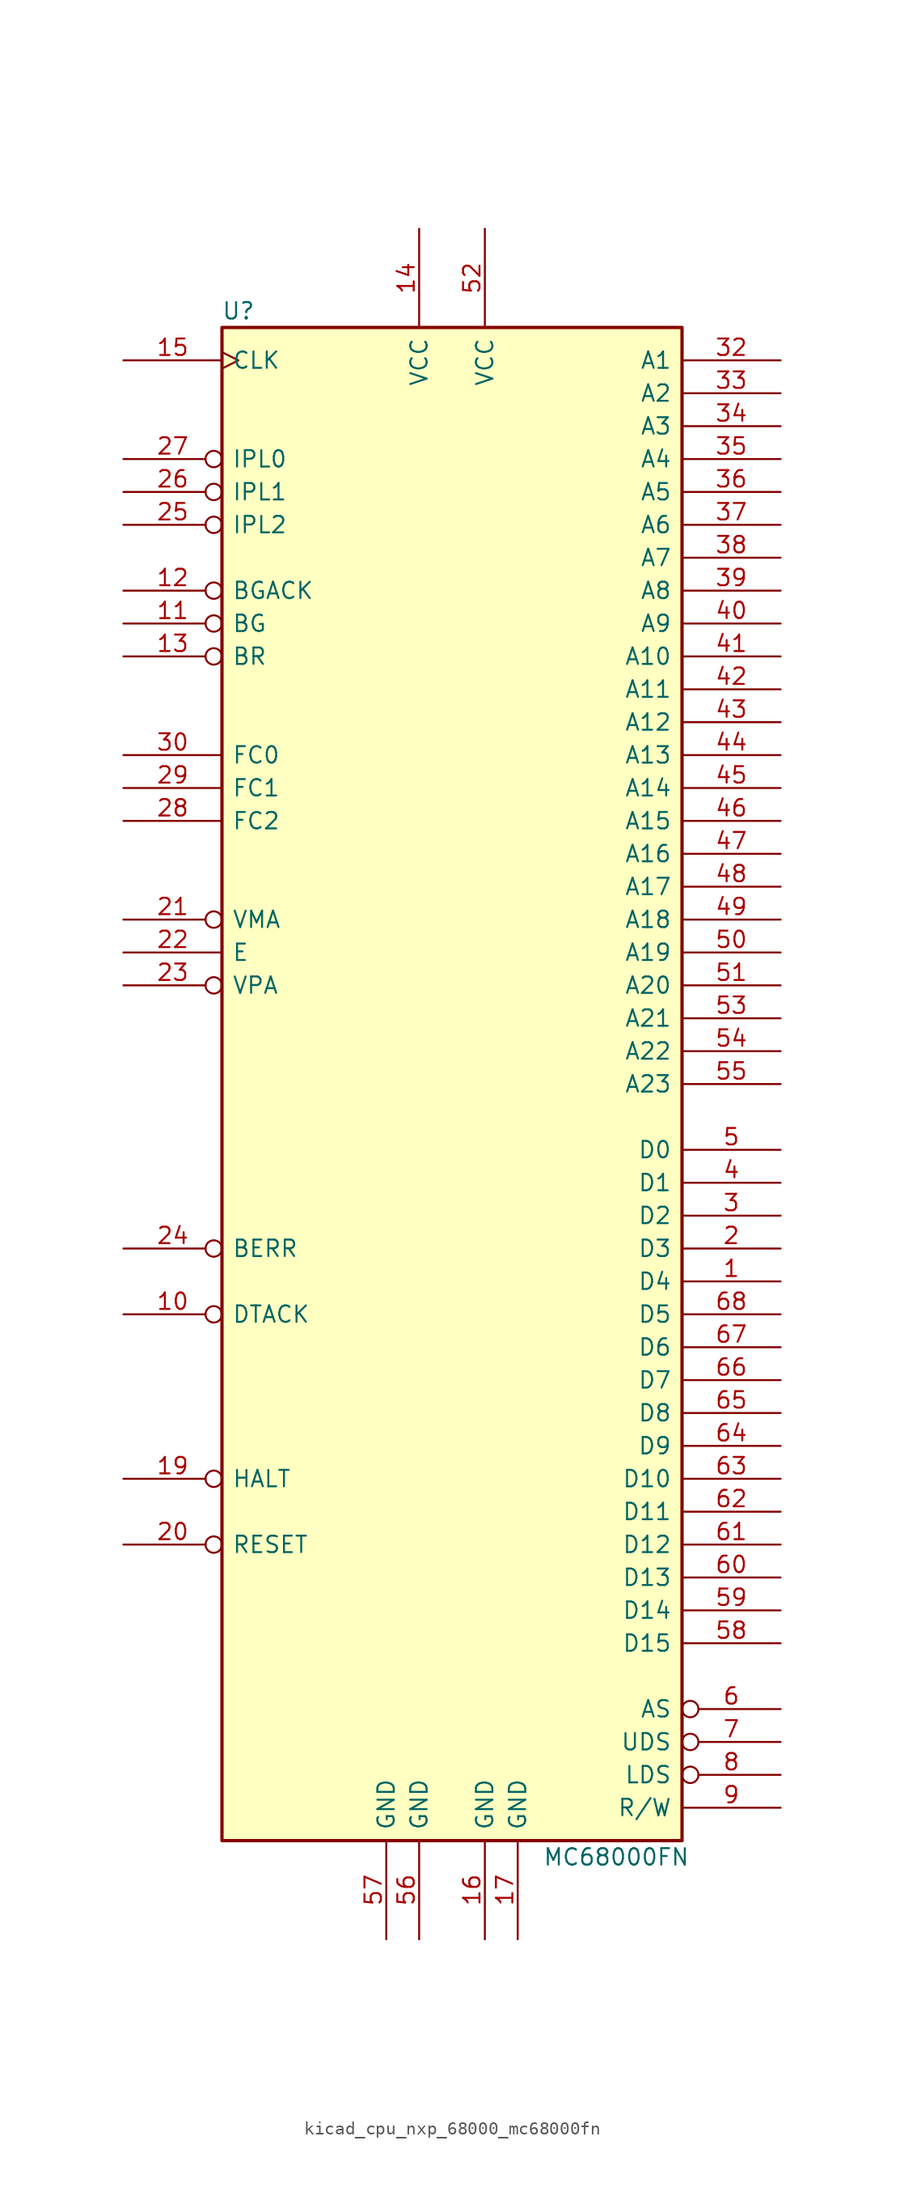
<source format=kicad_sym>
(kicad_symbol_lib
  (version 20220914)
  (generator kicad_symbol_editor)
  (symbol "kicad_cpu_nxp_68000_mc68000fn"
    (pin_names
      (offset 0.762))
    (property "Reference" "U"
      (at -16.51 59.69 0)
      (effects (font (size 1.27 1.27))))
    (property "Value" "MC68000FN"
      (at 12.7 -59.69 0)
      (effects (font (size 1.27 1.27))))
    (symbol "kicad_cpu_nxp_68000_mc68000fn_0_1"
      (rectangle (start -17.78 58.42) (end 17.78 -58.42) (stroke (width 0.254) (type default)) (fill (type background))))
    (symbol "kicad_cpu_nxp_68000_mc68000fn_1_1"
      (pin bidirectional line (at 25.4 -15.24 180) (length 7.62) (name "D4" (effects (font (size 1.27 1.27)))) (number "1" (effects (font (size 1.27 1.27)))))
      (pin input inverted (at -25.4 -17.78 0) (length 7.62) (name "DTACK" (effects (font (size 1.27 1.27)))) (number "10" (effects (font (size 1.27 1.27)))))
      (pin output inverted (at -25.4 35.56 0) (length 7.62) (name "BG" (effects (font (size 1.27 1.27)))) (number "11" (effects (font (size 1.27 1.27)))))
      (pin input inverted (at -25.4 38.1 0) (length 7.62) (name "BGACK" (effects (font (size 1.27 1.27)))) (number "12" (effects (font (size 1.27 1.27)))))
      (pin input inverted (at -25.4 33.02 0) (length 7.62) (name "BR" (effects (font (size 1.27 1.27)))) (number "13" (effects (font (size 1.27 1.27)))))
      (pin power_in line (at -2.54 66.04 270) (length 7.62) (name "VCC" (effects (font (size 1.27 1.27)))) (number "14" (effects (font (size 1.27 1.27)))))
      (pin input clock (at -25.4 55.88 0) (length 7.62) (name "CLK" (effects (font (size 1.27 1.27)))) (number "15" (effects (font (size 1.27 1.27)))))
      (pin power_in line (at 2.54 -66.04 90) (length 7.62) (name "GND" (effects (font (size 1.27 1.27)))) (number "16" (effects (font (size 1.27 1.27)))))
      (pin power_in line (at 5.08 -66.04 90) (length 7.62) (name "GND" (effects (font (size 1.27 1.27)))) (number "17" (effects (font (size 1.27 1.27)))))
      (pin no_connect line (at -17.78 -45.72 0) (length 0) hide (name "NC" (effects (font (size 1.27 1.27)))) (number "18" (effects (font (size 1.27 1.27)))))
      (pin bidirectional inverted (at -25.4 -30.48 0) (length 7.62) (name "HALT" (effects (font (size 1.27 1.27)))) (number "19" (effects (font (size 1.27 1.27)))))
      (pin bidirectional line (at 25.4 -12.7 180) (length 7.62) (name "D3" (effects (font (size 1.27 1.27)))) (number "2" (effects (font (size 1.27 1.27)))))
      (pin input inverted (at -25.4 -35.56 0) (length 7.62) (name "RESET" (effects (font (size 1.27 1.27)))) (number "20" (effects (font (size 1.27 1.27)))))
      (pin output inverted (at -25.4 12.7 0) (length 7.62) (name "VMA" (effects (font (size 1.27 1.27)))) (number "21" (effects (font (size 1.27 1.27)))))
      (pin output line (at -25.4 10.16 0) (length 7.62) (name "E" (effects (font (size 1.27 1.27)))) (number "22" (effects (font (size 1.27 1.27)))))
      (pin input inverted (at -25.4 7.62 0) (length 7.62) (name "VPA" (effects (font (size 1.27 1.27)))) (number "23" (effects (font (size 1.27 1.27)))))
      (pin input inverted (at -25.4 -12.7 0) (length 7.62) (name "BERR" (effects (font (size 1.27 1.27)))) (number "24" (effects (font (size 1.27 1.27)))))
      (pin input inverted (at -25.4 43.18 0) (length 7.62) (name "IPL2" (effects (font (size 1.27 1.27)))) (number "25" (effects (font (size 1.27 1.27)))))
      (pin input inverted (at -25.4 45.72 0) (length 7.62) (name "IPL1" (effects (font (size 1.27 1.27)))) (number "26" (effects (font (size 1.27 1.27)))))
      (pin input inverted (at -25.4 48.26 0) (length 7.62) (name "IPL0" (effects (font (size 1.27 1.27)))) (number "27" (effects (font (size 1.27 1.27)))))
      (pin output line (at -25.4 20.32 0) (length 7.62) (name "FC2" (effects (font (size 1.27 1.27)))) (number "28" (effects (font (size 1.27 1.27)))))
      (pin output line (at -25.4 22.86 0) (length 7.62) (name "FC1" (effects (font (size 1.27 1.27)))) (number "29" (effects (font (size 1.27 1.27)))))
      (pin bidirectional line (at 25.4 -10.16 180) (length 7.62) (name "D2" (effects (font (size 1.27 1.27)))) (number "3" (effects (font (size 1.27 1.27)))))
      (pin output line (at -25.4 25.4 0) (length 7.62) (name "FC0" (effects (font (size 1.27 1.27)))) (number "30" (effects (font (size 1.27 1.27)))))
      (pin no_connect line (at -17.78 -48.26 0) (length 0) hide (name "NC" (effects (font (size 1.27 1.27)))) (number "31" (effects (font (size 1.27 1.27)))))
      (pin output line (at 25.4 55.88 180) (length 7.62) (name "A1" (effects (font (size 1.27 1.27)))) (number "32" (effects (font (size 1.27 1.27)))))
      (pin output line (at 25.4 53.34 180) (length 7.62) (name "A2" (effects (font (size 1.27 1.27)))) (number "33" (effects (font (size 1.27 1.27)))))
      (pin output line (at 25.4 50.8 180) (length 7.62) (name "A3" (effects (font (size 1.27 1.27)))) (number "34" (effects (font (size 1.27 1.27)))))
      (pin output line (at 25.4 48.26 180) (length 7.62) (name "A4" (effects (font (size 1.27 1.27)))) (number "35" (effects (font (size 1.27 1.27)))))
      (pin output line (at 25.4 45.72 180) (length 7.62) (name "A5" (effects (font (size 1.27 1.27)))) (number "36" (effects (font (size 1.27 1.27)))))
      (pin output line (at 25.4 43.18 180) (length 7.62) (name "A6" (effects (font (size 1.27 1.27)))) (number "37" (effects (font (size 1.27 1.27)))))
      (pin output line (at 25.4 40.64 180) (length 7.62) (name "A7" (effects (font (size 1.27 1.27)))) (number "38" (effects (font (size 1.27 1.27)))))
      (pin output line (at 25.4 38.1 180) (length 7.62) (name "A8" (effects (font (size 1.27 1.27)))) (number "39" (effects (font (size 1.27 1.27)))))
      (pin bidirectional line (at 25.4 -7.62 180) (length 7.62) (name "D1" (effects (font (size 1.27 1.27)))) (number "4" (effects (font (size 1.27 1.27)))))
      (pin output line (at 25.4 35.56 180) (length 7.62) (name "A9" (effects (font (size 1.27 1.27)))) (number "40" (effects (font (size 1.27 1.27)))))
      (pin output line (at 25.4 33.02 180) (length 7.62) (name "A10" (effects (font (size 1.27 1.27)))) (number "41" (effects (font (size 1.27 1.27)))))
      (pin output line (at 25.4 30.48 180) (length 7.62) (name "A11" (effects (font (size 1.27 1.27)))) (number "42" (effects (font (size 1.27 1.27)))))
      (pin output line (at 25.4 27.94 180) (length 7.62) (name "A12" (effects (font (size 1.27 1.27)))) (number "43" (effects (font (size 1.27 1.27)))))
      (pin output line (at 25.4 25.4 180) (length 7.62) (name "A13" (effects (font (size 1.27 1.27)))) (number "44" (effects (font (size 1.27 1.27)))))
      (pin output line (at 25.4 22.86 180) (length 7.62) (name "A14" (effects (font (size 1.27 1.27)))) (number "45" (effects (font (size 1.27 1.27)))))
      (pin output line (at 25.4 20.32 180) (length 7.62) (name "A15" (effects (font (size 1.27 1.27)))) (number "46" (effects (font (size 1.27 1.27)))))
      (pin output line (at 25.4 17.78 180) (length 7.62) (name "A16" (effects (font (size 1.27 1.27)))) (number "47" (effects (font (size 1.27 1.27)))))
      (pin output line (at 25.4 15.24 180) (length 7.62) (name "A17" (effects (font (size 1.27 1.27)))) (number "48" (effects (font (size 1.27 1.27)))))
      (pin output line (at 25.4 12.7 180) (length 7.62) (name "A18" (effects (font (size 1.27 1.27)))) (number "49" (effects (font (size 1.27 1.27)))))
      (pin bidirectional line (at 25.4 -5.08 180) (length 7.62) (name "D0" (effects (font (size 1.27 1.27)))) (number "5" (effects (font (size 1.27 1.27)))))
      (pin output line (at 25.4 10.16 180) (length 7.62) (name "A19" (effects (font (size 1.27 1.27)))) (number "50" (effects (font (size 1.27 1.27)))))
      (pin output line (at 25.4 7.62 180) (length 7.62) (name "A20" (effects (font (size 1.27 1.27)))) (number "51" (effects (font (size 1.27 1.27)))))
      (pin power_in line (at 2.54 66.04 270) (length 7.62) (name "VCC" (effects (font (size 1.27 1.27)))) (number "52" (effects (font (size 1.27 1.27)))))
      (pin output line (at 25.4 5.08 180) (length 7.62) (name "A21" (effects (font (size 1.27 1.27)))) (number "53" (effects (font (size 1.27 1.27)))))
      (pin output line (at 25.4 2.54 180) (length 7.62) (name "A22" (effects (font (size 1.27 1.27)))) (number "54" (effects (font (size 1.27 1.27)))))
      (pin output line (at 25.4 0 180) (length 7.62) (name "A23" (effects (font (size 1.27 1.27)))) (number "55" (effects (font (size 1.27 1.27)))))
      (pin power_in line (at -2.54 -66.04 90) (length 7.62) (name "GND" (effects (font (size 1.27 1.27)))) (number "56" (effects (font (size 1.27 1.27)))))
      (pin power_in line (at -5.08 -66.04 90) (length 7.62) (name "GND" (effects (font (size 1.27 1.27)))) (number "57" (effects (font (size 1.27 1.27)))))
      (pin bidirectional line (at 25.4 -43.18 180) (length 7.62) (name "D15" (effects (font (size 1.27 1.27)))) (number "58" (effects (font (size 1.27 1.27)))))
      (pin bidirectional line (at 25.4 -40.64 180) (length 7.62) (name "D14" (effects (font (size 1.27 1.27)))) (number "59" (effects (font (size 1.27 1.27)))))
      (pin output inverted (at 25.4 -48.26 180) (length 7.62) (name "AS" (effects (font (size 1.27 1.27)))) (number "6" (effects (font (size 1.27 1.27)))))
      (pin bidirectional line (at 25.4 -38.1 180) (length 7.62) (name "D13" (effects (font (size 1.27 1.27)))) (number "60" (effects (font (size 1.27 1.27)))))
      (pin bidirectional line (at 25.4 -35.56 180) (length 7.62) (name "D12" (effects (font (size 1.27 1.27)))) (number "61" (effects (font (size 1.27 1.27)))))
      (pin bidirectional line (at 25.4 -33.02 180) (length 7.62) (name "D11" (effects (font (size 1.27 1.27)))) (number "62" (effects (font (size 1.27 1.27)))))
      (pin bidirectional line (at 25.4 -30.48 180) (length 7.62) (name "D10" (effects (font (size 1.27 1.27)))) (number "63" (effects (font (size 1.27 1.27)))))
      (pin bidirectional line (at 25.4 -27.94 180) (length 7.62) (name "D9" (effects (font (size 1.27 1.27)))) (number "64" (effects (font (size 1.27 1.27)))))
      (pin bidirectional line (at 25.4 -25.4 180) (length 7.62) (name "D8" (effects (font (size 1.27 1.27)))) (number "65" (effects (font (size 1.27 1.27)))))
      (pin bidirectional line (at 25.4 -22.86 180) (length 7.62) (name "D7" (effects (font (size 1.27 1.27)))) (number "66" (effects (font (size 1.27 1.27)))))
      (pin bidirectional line (at 25.4 -20.32 180) (length 7.62) (name "D6" (effects (font (size 1.27 1.27)))) (number "67" (effects (font (size 1.27 1.27)))))
      (pin bidirectional line (at 25.4 -17.78 180) (length 7.62) (name "D5" (effects (font (size 1.27 1.27)))) (number "68" (effects (font (size 1.27 1.27)))))
      (pin output inverted (at 25.4 -50.8 180) (length 7.62) (name "UDS" (effects (font (size 1.27 1.27)))) (number "7" (effects (font (size 1.27 1.27)))))
      (pin output inverted (at 25.4 -53.34 180) (length 7.62) (name "LDS" (effects (font (size 1.27 1.27)))) (number "8" (effects (font (size 1.27 1.27)))))
      (pin output line (at 25.4 -55.88 180) (length 7.62) (name "R/W" (effects (font (size 1.27 1.27)))) (number "9" (effects (font (size 1.27 1.27))))))))
</source>
